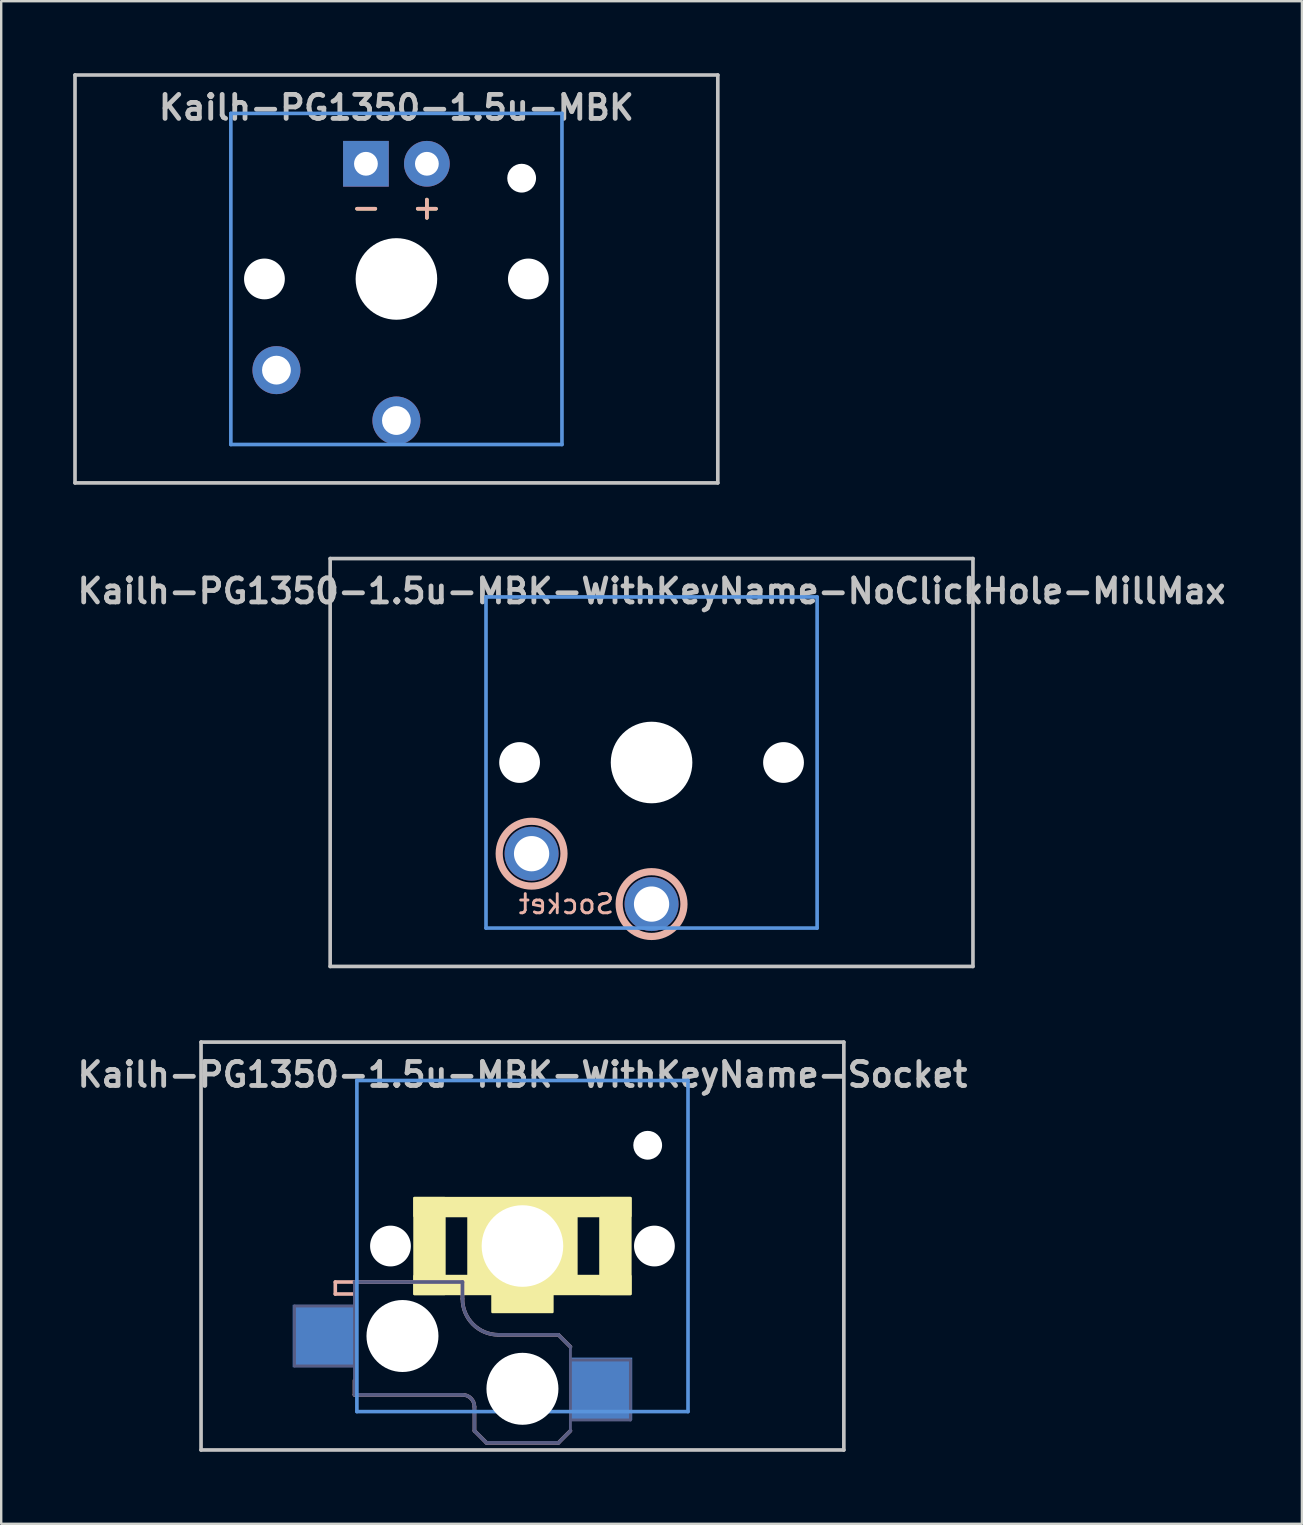
<source format=kicad_pcb>
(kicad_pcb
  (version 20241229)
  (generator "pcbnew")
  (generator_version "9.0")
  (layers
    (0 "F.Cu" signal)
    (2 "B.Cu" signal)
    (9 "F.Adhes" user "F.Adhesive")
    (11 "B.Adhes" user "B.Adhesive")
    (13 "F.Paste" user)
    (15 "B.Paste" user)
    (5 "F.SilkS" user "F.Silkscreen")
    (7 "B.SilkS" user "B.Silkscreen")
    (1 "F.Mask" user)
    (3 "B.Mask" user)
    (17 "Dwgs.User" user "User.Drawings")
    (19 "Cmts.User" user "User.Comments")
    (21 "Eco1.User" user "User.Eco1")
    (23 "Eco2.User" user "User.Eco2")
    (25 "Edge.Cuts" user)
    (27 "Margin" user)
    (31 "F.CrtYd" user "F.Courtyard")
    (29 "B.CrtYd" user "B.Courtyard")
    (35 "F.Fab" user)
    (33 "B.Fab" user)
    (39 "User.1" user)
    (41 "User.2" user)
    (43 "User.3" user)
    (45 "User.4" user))
  (footprint "Kailh-PG1350-1.5u-MBK"
    (layer "F.Cu")
    (at 13.471 8.576)
    (property "Reference" "Kailh-PG1350-1.5u-MBK" (at 0 -7.144 180) (layer "Dwgs.User") (effects (font (size 1 1) (thickness 0.2))))
    (attr through_hole)
    (fp_line (start -13.395 -8.5) (end 13.395 -8.5) (stroke (width 0.152) (type solid)) (layer "Dwgs.User"))
    (fp_line (start -13.395 8.5) (end -13.395 -8.5) (stroke (width 0.152) (type solid)) (layer "Dwgs.User"))
    (fp_line (start 13.395 -8.5) (end 13.395 8.5) (stroke (width 0.152) (type solid)) (layer "Dwgs.User"))
    (fp_line (start 13.395 8.5) (end -13.395 8.5) (stroke (width 0.152) (type solid)) (layer "Dwgs.User"))
    (fp_line (start -6.9 -6.9) (end 6.9 -6.9) (stroke (width 0.152) (type solid)) (layer "Cmts.User"))
    (fp_line (start -6.9 6.9) (end -6.9 -6.9) (stroke (width 0.152) (type solid)) (layer "Cmts.User"))
    (fp_line (start 6.9 -6.9) (end 6.9 6.9) (stroke (width 0.152) (type solid)) (layer "Cmts.User"))
    (fp_line (start 6.9 6.9) (end -6.9 6.9) (stroke (width 0.152) (type solid)) (layer "Cmts.User"))
    (fp_line (start -7.5 -7.5) (end 7.5 -7.5) (stroke (width 0.152) (type solid)) (layer "Eco2.User"))
    (fp_line (start -7.5 7.5) (end -7.5 -7.5) (stroke (width 0.152) (type solid)) (layer "Eco2.User"))
    (fp_line (start 7.5 -7.5) (end 7.5 7.5) (stroke (width 0.152) (type solid)) (layer "Eco2.User"))
    (fp_line (start 7.5 7.5) (end -7.5 7.5) (stroke (width 0.152) (type solid)) (layer "Eco2.User"))
    (fp_text user "+" (at 1.27 -3 180) (layer "F.SilkS") (effects (font (size 1 1) (thickness 0.15))))
    (fp_text user "-" (at -1.26 -3 180) (layer "F.SilkS") (effects (font (size 1 1) (thickness 0.15))))
    (fp_text user "+" (at 1.27 -3 180) (layer "B.SilkS") (effects (font (size 1 1) (thickness 0.15)) (justify mirror)))
    (fp_text user "-" (at -1.26 -3 180) (layer "B.SilkS") (effects (font (size 1 1) (thickness 0.15)) (justify mirror)))
    (pad "" np_thru_hole circle (at -5.5 0 180) (size 1.7 1.7) (drill 1.7) (layers "*.Cu" "*.Mask"))
    (pad "" np_thru_hole circle (at 0 0 180) (size 3.4 3.4) (drill 3.4) (layers "*.Cu" "*.Mask"))
    (pad "" np_thru_hole circle (at 5.22 -4.2 180) (size 1.2 1.2) (drill 1.2) (layers "*.Cu" "*.Mask"))
    (pad "" np_thru_hole circle (at 5.5 0 180) (size 1.7 1.7) (drill 1.7) (layers "*.Cu" "*.Mask"))
    (pad "1" thru_hole circle (at 0 5.9 180) (size 2 2) (drill 1.2) (layers "*.Cu" "*.Mask"))
    (pad "2" thru_hole circle (at -5 3.8 41.9) (size 2 2) (drill 1.2) (layers "*.Cu" "*.Mask"))
    (pad "3" thru_hole circle (at 1.27 -4.8 180) (size 1.905 1.905) (drill 0.991) (layers "*.Cu" "*.Mask"))
    (pad "4" thru_hole rect (at -1.27 -4.8 180) (size 1.905 1.905) (drill 0.991) (layers "*.Cu" "*.Mask")))
  (footprint "Kailh-PG1350-1.5u-MBK-WithKeyName-NoClickHole-MillMax"
    (layer "F.Cu")
    (at 24.105 28.729)
    (property "Reference" "Kailh-PG1350-1.5u-MBK-WithKeyName-NoClickHole-MillMax" (at 0 -7.144 180) (layer "Dwgs.User") (effects (font (size 1 1) (thickness 0.2))))
    (attr through_hole)
    (fp_circle (center -5 3.8) (end -3.65 3.8) (stroke (width 0.3) (type solid)) (fill no) (layer "B.SilkS"))
    (fp_circle (center 0 5.9) (end 1.35 5.9) (stroke (width 0.3) (type solid)) (fill no) (layer "B.SilkS"))
    (fp_line (start -13.395 -8.5) (end 13.395 -8.5) (stroke (width 0.152) (type solid)) (layer "Dwgs.User"))
    (fp_line (start -13.395 8.5) (end -13.395 -8.5) (stroke (width 0.152) (type solid)) (layer "Dwgs.User"))
    (fp_line (start 13.395 -8.5) (end 13.395 8.5) (stroke (width 0.152) (type solid)) (layer "Dwgs.User"))
    (fp_line (start 13.395 8.5) (end -13.395 8.5) (stroke (width 0.152) (type solid)) (layer "Dwgs.User"))
    (fp_line (start -6.9 -6.9) (end 6.9 -6.9) (stroke (width 0.152) (type solid)) (layer "Cmts.User"))
    (fp_line (start -6.9 6.9) (end -6.9 -6.9) (stroke (width 0.152) (type solid)) (layer "Cmts.User"))
    (fp_line (start 6.9 -6.9) (end 6.9 6.9) (stroke (width 0.152) (type solid)) (layer "Cmts.User"))
    (fp_line (start 6.9 6.9) (end -6.9 6.9) (stroke (width 0.152) (type solid)) (layer "Cmts.User"))
    (fp_line (start -7.5 -7.5) (end 7.5 -7.5) (stroke (width 0.152) (type solid)) (layer "Eco2.User"))
    (fp_line (start -7.5 7.5) (end -7.5 -7.5) (stroke (width 0.152) (type solid)) (layer "Eco2.User"))
    (fp_line (start -2.6 -3.1) (end -2.6 -6.3) (stroke (width 0.15) (type solid)) (layer "Eco2.User"))
    (fp_line (start -2.6 -3.1) (end 2.6 -3.1) (stroke (width 0.15) (type solid)) (layer "Eco2.User"))
    (fp_line (start 2.6 -6.3) (end -2.6 -6.3) (stroke (width 0.15) (type solid)) (layer "Eco2.User"))
    (fp_line (start 2.6 -3.1) (end 2.6 -6.3) (stroke (width 0.15) (type solid)) (layer "Eco2.User"))
    (fp_line (start 7.5 -7.5) (end 7.5 7.5) (stroke (width 0.152) (type solid)) (layer "Eco2.User"))
    (fp_line (start 7.5 7.5) (end -7.5 7.5) (stroke (width 0.152) (type solid)) (layer "Eco2.User"))
    (fp_text user "Socket" (at -3.55 5.9 0) (layer "B.SilkS") (effects (font (size 0.8 0.8) (thickness 0.12)) (justify mirror)))
    (pad "" np_thru_hole circle (at -5.5 0 180) (size 1.7 1.7) (drill 1.7) (layers "*.Cu" "*.Mask"))
    (pad "" np_thru_hole circle (at 0 0 180) (size 3.4 3.4) (drill 3.4) (layers "*.Cu" "*.Mask"))
    (pad "" np_thru_hole circle (at 5.5 0 180) (size 1.7 1.7) (drill 1.7) (layers "*.Cu" "*.Mask"))
    (pad "1" thru_hole circle (at 0 5.9 180) (size 2.25 2.25) (drill 1.47) (layers "*.Cu" "*.Mask"))
    (pad "2" thru_hole circle (at -5 3.8 41.9) (size 2.25 2.25) (drill 1.47) (layers "*.Cu" "*.Mask")))
  (footprint "Kailh-PG1350-1.5u-MBK-WithKeyName-Socket"
    (layer "F.Cu")
    (at 18.724 48.881)
    (property "Reference" "Kailh-PG1350-1.5u-MBK-WithKeyName-Socket" (at 0 -7.144 180) (layer "Dwgs.User") (effects (font (size 1 1) (thickness 0.2))))
    (attr through_hole)
    (fp_poly (pts (xy -3.25 2) (xy -4.5 2) (xy -4.5 -2) (xy -3.25 -2)) (stroke (width 0.1) (type solid)) (fill yes) (layer "F.SilkS"))
    (fp_poly (pts (xy 1.25 2.75) (xy -1.25 2.75) (xy -1.25 2) (xy 1.25 2)) (stroke (width 0.1) (type solid)) (fill yes) (layer "F.SilkS"))
    (fp_poly (pts (xy 2.25 1.5) (xy -2.25 1.5) (xy -2.25 -1.5) (xy 2.25 -1.5)) (stroke (width 0.1) (type solid)) (fill yes) (layer "F.SilkS"))
    (fp_poly (pts (xy 4.5 -1.25) (xy -4.5 -1.25) (xy -4.5 -2) (xy 4.5 -2)) (stroke (width 0.1) (type solid)) (fill yes) (layer "F.SilkS"))
    (fp_poly (pts (xy 4.5 2) (xy -4.5 2) (xy -4.5 1.25) (xy 4.5 1.25)) (stroke (width 0.1) (type solid)) (fill yes) (layer "F.SilkS"))
    (fp_poly (pts (xy 4.5 2) (xy 3.25 2) (xy 3.25 -2) (xy 4.5 -2)) (stroke (width 0.1) (type solid)) (fill yes) (layer "F.SilkS"))
    (fp_line (start -7.8 1.5) (end -7.8 2) (stroke (width 0.15) (type solid)) (layer "B.SilkS"))
    (fp_line (start -7 2) (end -7.8 2) (stroke (width 0.15) (type solid)) (layer "B.SilkS"))
    (fp_line (start -7 5.6) (end -7 6.2) (stroke (width 0.15) (type solid)) (layer "B.SilkS"))
    (fp_line (start -7 6.2) (end -2.5 6.2) (stroke (width 0.15) (type solid)) (layer "B.SilkS"))
    (fp_line (start -2.5 1.5) (end -7.8 1.5) (stroke (width 0.15) (type solid)) (layer "B.SilkS"))
    (fp_line (start -2.5 2.2) (end -2.5 1.5) (stroke (width 0.15) (type solid)) (layer "B.SilkS"))
    (fp_line (start -2 6.7) (end -2 7.7) (stroke (width 0.15) (type solid)) (layer "B.SilkS"))
    (fp_line (start -1.5 8.2) (end -2 7.7) (stroke (width 0.15) (type solid)) (layer "B.SilkS"))
    (fp_line (start 1.5 3.7) (end -1 3.7) (stroke (width 0.15) (type solid)) (layer "B.SilkS"))
    (fp_line (start 1.5 8.2) (end -1.5 8.2) (stroke (width 0.15) (type solid)) (layer "B.SilkS"))
    (fp_line (start 2 4.2) (end 1.5 3.7) (stroke (width 0.15) (type solid)) (layer "B.SilkS"))
    (fp_line (start 2 7.7) (end 1.5 8.2) (stroke (width 0.15) (type solid)) (layer "B.SilkS"))
    (fp_arc (start -2.5 6.2) (mid -2.146447 6.346447) (end -2 6.7) (stroke (width 0.15) (type solid)) (layer "B.SilkS"))
    (fp_arc (start -1 3.7) (mid -2.06066 3.26066) (end -2.5 2.2) (stroke (width 0.15) (type solid)) (layer "B.SilkS"))
    (fp_line (start -13.395 -8.5) (end 13.395 -8.5) (stroke (width 0.152) (type solid)) (layer "Dwgs.User"))
    (fp_line (start -13.395 8.5) (end -13.395 -8.5) (stroke (width 0.152) (type solid)) (layer "Dwgs.User"))
    (fp_line (start 13.395 -8.5) (end 13.395 8.5) (stroke (width 0.152) (type solid)) (layer "Dwgs.User"))
    (fp_line (start 13.395 8.5) (end -13.395 8.5) (stroke (width 0.152) (type solid)) (layer "Dwgs.User"))
    (fp_line (start -6.9 -6.9) (end 6.9 -6.9) (stroke (width 0.152) (type solid)) (layer "Cmts.User"))
    (fp_line (start -6.9 6.9) (end -6.9 -6.9) (stroke (width 0.152) (type solid)) (layer "Cmts.User"))
    (fp_line (start 6.9 -6.9) (end 6.9 6.9) (stroke (width 0.152) (type solid)) (layer "Cmts.User"))
    (fp_line (start 6.9 6.9) (end -6.9 6.9) (stroke (width 0.152) (type solid)) (layer "Cmts.User"))
    (fp_line (start -7.5 -7.5) (end 7.5 -7.5) (stroke (width 0.152) (type solid)) (layer "Eco2.User"))
    (fp_line (start -7.5 7.5) (end -7.5 -7.5) (stroke (width 0.152) (type solid)) (layer "Eco2.User"))
    (fp_line (start -2.6 -3.1) (end -2.6 -6.3) (stroke (width 0.15) (type solid)) (layer "Eco2.User"))
    (fp_line (start -2.6 -3.1) (end 2.6 -3.1) (stroke (width 0.15) (type solid)) (layer "Eco2.User"))
    (fp_line (start 2.6 -6.3) (end -2.6 -6.3) (stroke (width 0.15) (type solid)) (layer "Eco2.User"))
    (fp_line (start 2.6 -3.1) (end 2.6 -6.3) (stroke (width 0.15) (type solid)) (layer "Eco2.User"))
    (fp_line (start 7.5 -7.5) (end 7.5 7.5) (stroke (width 0.152) (type solid)) (layer "Eco2.User"))
    (fp_line (start 7.5 7.5) (end -7.5 7.5) (stroke (width 0.152) (type solid)) (layer "Eco2.User"))
    (fp_line (start -9.5 2.5) (end -7 2.5) (stroke (width 0.12) (type solid)) (layer "B.Fab"))
    (fp_line (start -9.5 5) (end -9.5 2.5) (stroke (width 0.12) (type solid)) (layer "B.Fab"))
    (fp_line (start -7 1.5) (end -7 6.2) (stroke (width 0.12) (type solid)) (layer "B.Fab"))
    (fp_line (start -7 5) (end -9.5 5) (stroke (width 0.12) (type solid)) (layer "B.Fab"))
    (fp_line (start -7 6.2) (end -2.5 6.2) (stroke (width 0.15) (type solid)) (layer "B.Fab"))
    (fp_line (start -2.5 1.5) (end -7 1.5) (stroke (width 0.15) (type solid)) (layer "B.Fab"))
    (fp_line (start -2.5 2.2) (end -2.5 1.5) (stroke (width 0.15) (type solid)) (layer "B.Fab"))
    (fp_line (start -2 6.7) (end -2 7.7) (stroke (width 0.15) (type solid)) (layer "B.Fab"))
    (fp_line (start -1.5 8.2) (end -2 7.7) (stroke (width 0.15) (type solid)) (layer "B.Fab"))
    (fp_line (start 1.5 3.7) (end -1 3.7) (stroke (width 0.15) (type solid)) (layer "B.Fab"))
    (fp_line (start 1.5 8.2) (end -1.5 8.2) (stroke (width 0.15) (type solid)) (layer "B.Fab"))
    (fp_line (start 2 4.2) (end 1.5 3.7) (stroke (width 0.15) (type solid)) (layer "B.Fab"))
    (fp_line (start 2 4.25) (end 2 7.7) (stroke (width 0.12) (type solid)) (layer "B.Fab"))
    (fp_line (start 2 4.75) (end 4.5 4.75) (stroke (width 0.12) (type solid)) (layer "B.Fab"))
    (fp_line (start 2 7.7) (end 1.5 8.2) (stroke (width 0.15) (type solid)) (layer "B.Fab"))
    (fp_line (start 4.5 4.75) (end 4.5 7.25) (stroke (width 0.12) (type solid)) (layer "B.Fab"))
    (fp_line (start 4.5 7.25) (end 2 7.25) (stroke (width 0.12) (type solid)) (layer "B.Fab"))
    (fp_arc (start -2.5 6.2) (mid -2.146447 6.346447) (end -2 6.7) (stroke (width 0.15) (type solid)) (layer "B.Fab"))
    (fp_arc (start -1 3.7) (mid -2.06066 3.26066) (end -2.5 2.2) (stroke (width 0.15) (type solid)) (layer "B.Fab"))
    (pad "" np_thru_hole circle (at -5.5 0 180) (size 1.7 1.7) (drill 1.7) (layers "*.Cu" "*.Mask"))
    (pad "" np_thru_hole circle (at -5 3.75) (size 3 3) (drill 3) (layers "*.Cu" "*.Mask"))
    (pad "" np_thru_hole circle (at 0 0 180) (size 3.4 3.4) (drill 3.4) (layers "*.Cu" "*.Mask"))
    (pad "" np_thru_hole circle (at 0 5.95) (size 3 3) (drill 3) (layers "*.Cu" "*.Mask"))
    (pad "" np_thru_hole circle (at 5.22 -4.2 180) (size 1.2 1.2) (drill 1.2) (layers "*.Cu" "*.Mask"))
    (pad "" np_thru_hole circle (at 5.5 0 180) (size 1.7 1.7) (drill 1.7) (layers "*.Cu" "*.Mask"))
    (pad "1" smd rect (at 3.275 5.95) (size 2.6 2.6) (layers "B.Cu" "B.Mask" "B.Paste"))
    (pad "2" smd rect (at -8.275 3.75) (size 2.6 2.6) (layers "B.Cu" "B.Mask" "B.Paste")))
  (gr_rect
    (start -3 -3)
    (end 51.21 60.457)
    (stroke (width 0.1) (type default))
    (fill no)
    (layer "Edge.Cuts")))
</source>
